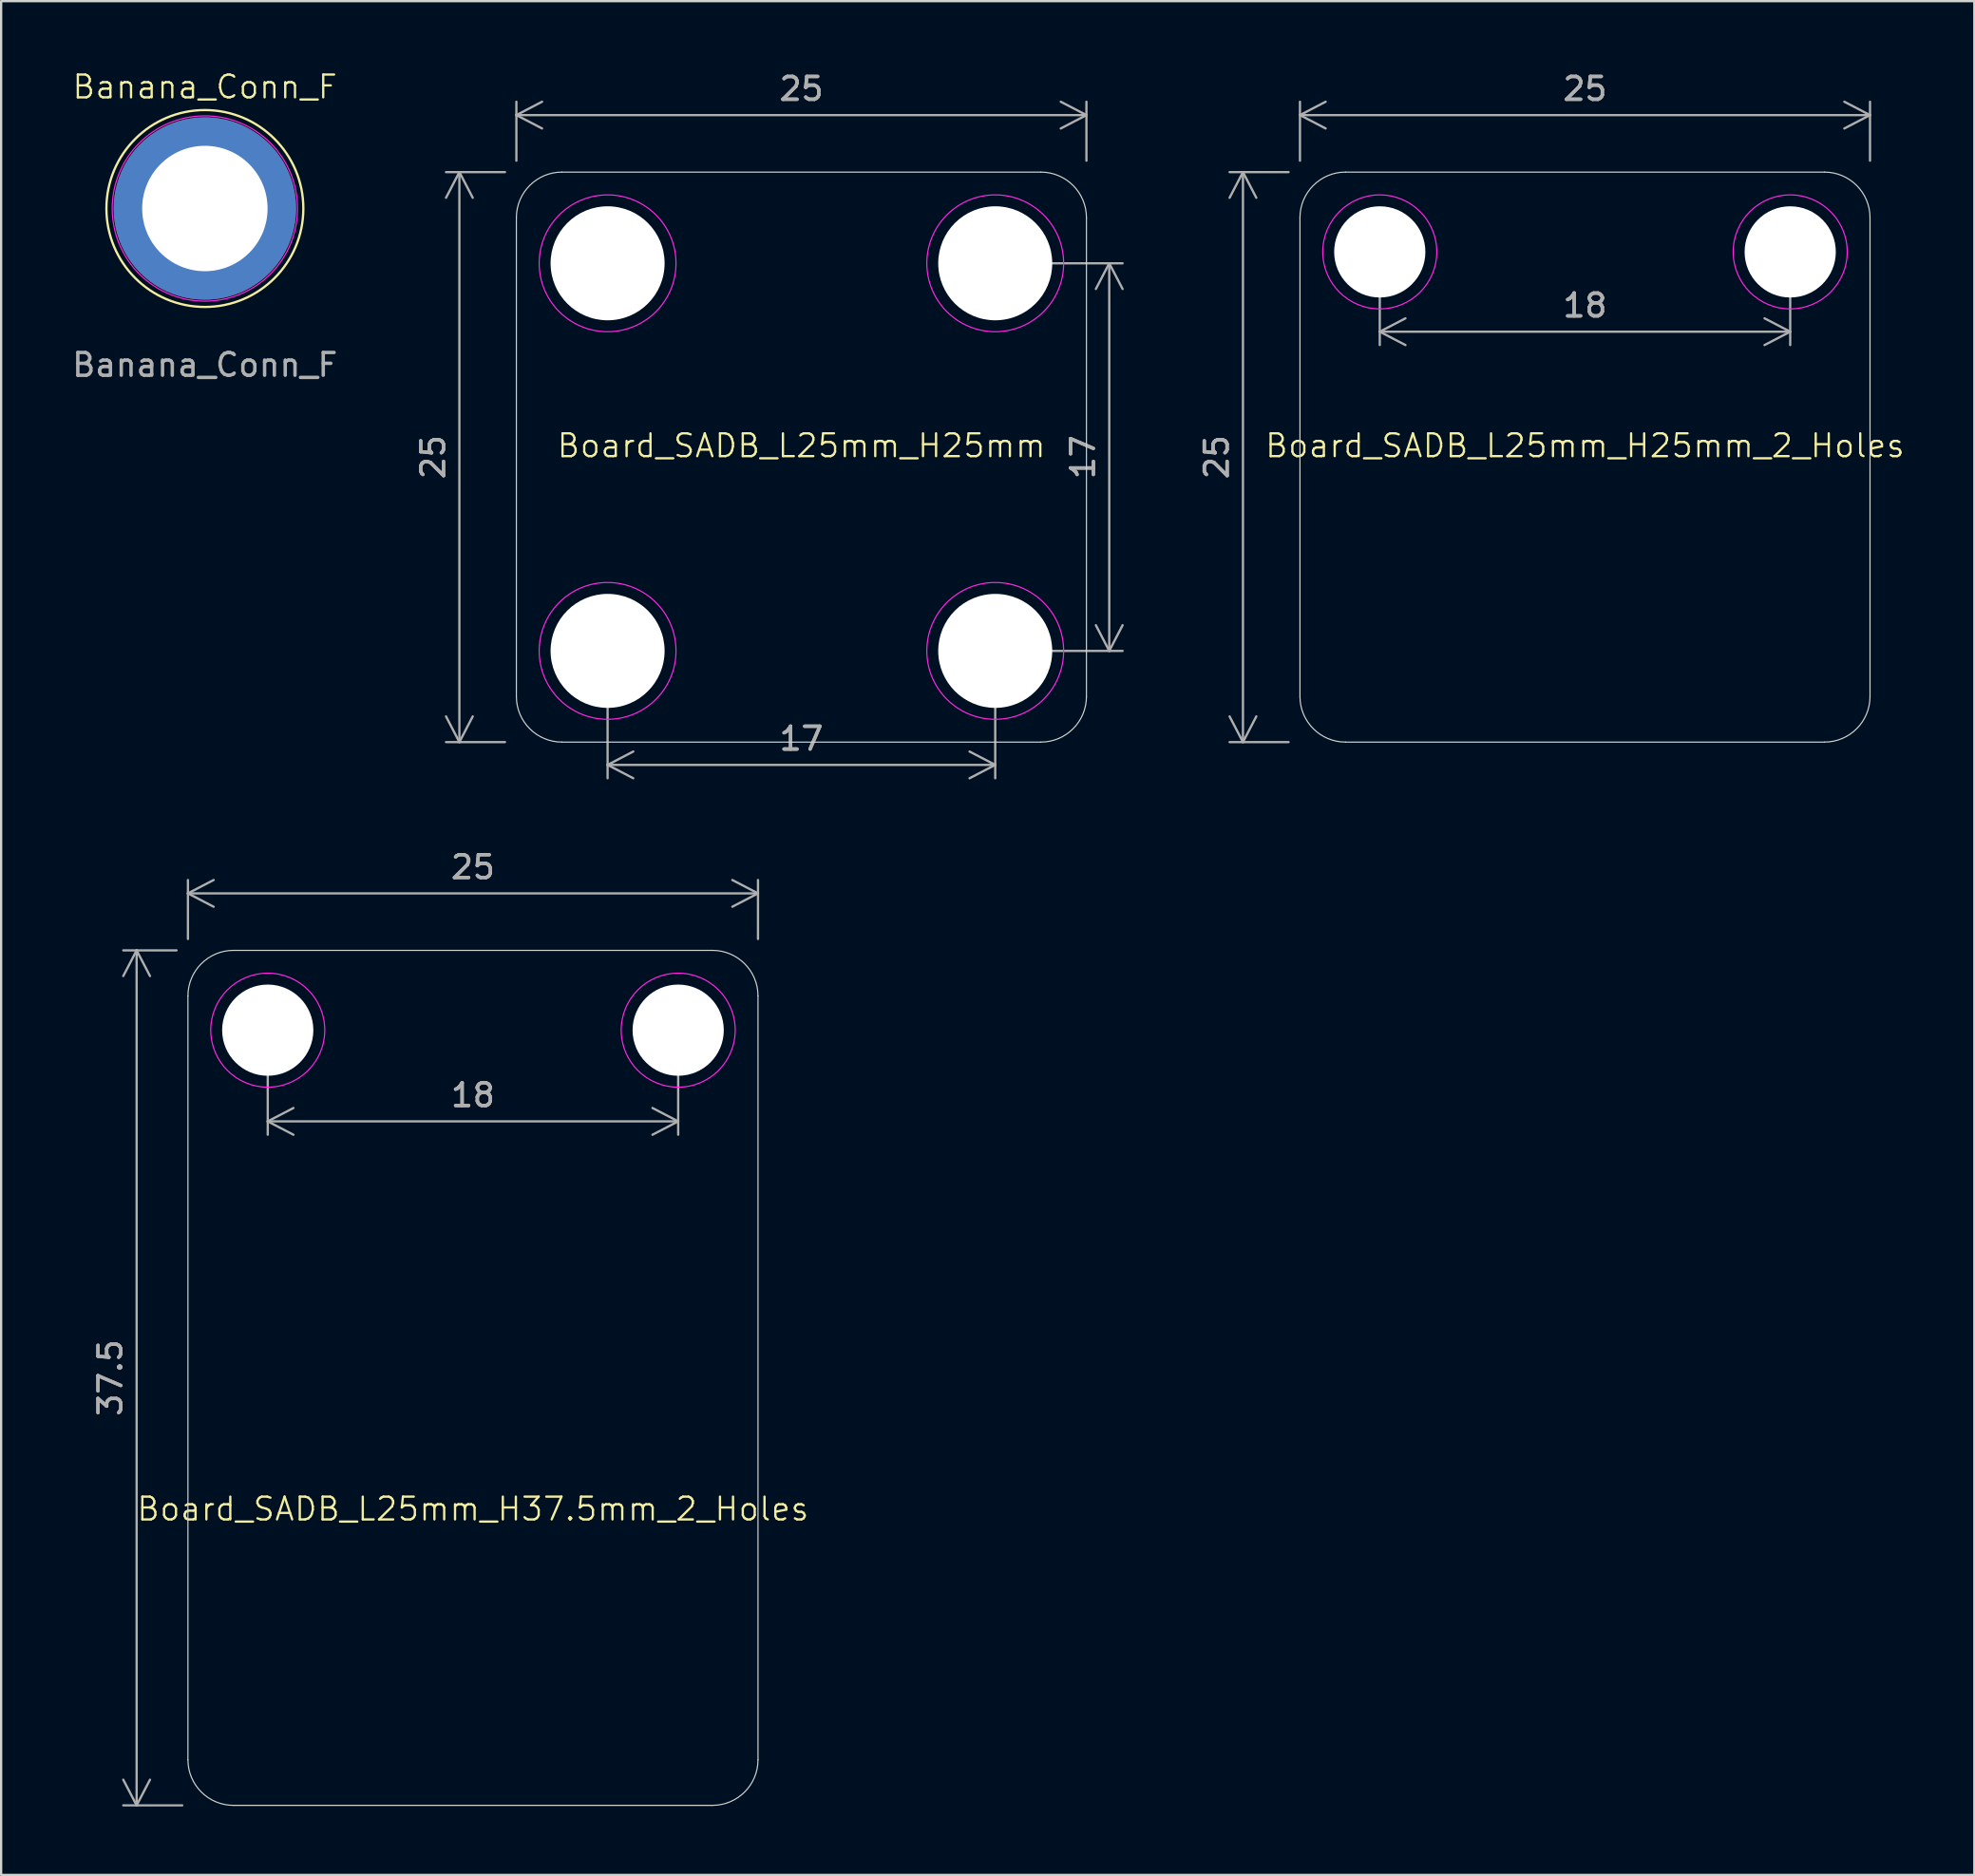
<source format=kicad_pcb>
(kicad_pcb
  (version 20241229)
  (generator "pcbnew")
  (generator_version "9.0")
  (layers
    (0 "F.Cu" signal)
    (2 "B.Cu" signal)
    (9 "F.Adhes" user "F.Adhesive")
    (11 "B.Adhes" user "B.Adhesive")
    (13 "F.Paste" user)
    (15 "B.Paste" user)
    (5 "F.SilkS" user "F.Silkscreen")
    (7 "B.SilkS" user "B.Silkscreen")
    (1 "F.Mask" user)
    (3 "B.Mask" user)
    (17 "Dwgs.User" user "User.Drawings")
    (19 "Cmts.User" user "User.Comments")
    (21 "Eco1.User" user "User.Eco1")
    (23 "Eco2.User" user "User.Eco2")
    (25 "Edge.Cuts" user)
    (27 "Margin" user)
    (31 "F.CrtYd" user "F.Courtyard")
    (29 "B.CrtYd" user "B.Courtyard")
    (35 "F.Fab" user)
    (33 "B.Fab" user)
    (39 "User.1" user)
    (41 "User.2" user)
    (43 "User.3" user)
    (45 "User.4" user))
  (footprint "Banana_Conn_F"
    (layer "F.Cu")
    (at 5.935 6.095)
    (property "Reference" "Banana_Conn_F" (at 0 -5.334 0) (unlocked yes) (layer "F.SilkS") (effects (font (size 1 1) (thickness 0.1))))
    (attr through_hole)
    (fp_circle (center 0 0) (end 4.318 0) (stroke (width 0.1) (type default)) (fill no) (layer "F.SilkS"))
    (fp_circle (center 0 0) (end 4.064 0) (stroke (width 0.05) (type default)) (fill no) (layer "F.CrtYd"))
    (fp_text user "${REFERENCE}" (at 0 6.858 0) (unlocked yes) (layer "F.Fab") (effects (font (size 1 1) (thickness 0.15))))
    (pad "1" thru_hole circle (at 0 0) (size 8 8) (drill 5.5) (layers "*.Cu" "*.Mask")))
  (footprint "Board_SADB_L25mm_H25mm"
    (layer "F.Cu")
    (at 32.096 16.998)
    (property "Reference" "Board_SADB_L25mm_H25mm" (at 0 -0.5 0) (unlocked yes) (layer "F.SilkS") (effects (font (size 1 1) (thickness 0.1))))
    (attr through_hole)
    (fp_line (start -12.5 10.5) (end -12.5 -10.5) (stroke (width 0.05) (type default)) (layer "Edge.Cuts"))
    (fp_line (start -10.5 -12.5) (end 10.5 -12.5) (stroke (width 0.05) (type default)) (layer "Edge.Cuts"))
    (fp_line (start 10.5 12.5) (end -10.5 12.5) (stroke (width 0.05) (type default)) (layer "Edge.Cuts"))
    (fp_line (start 12.5 -10.5) (end 12.5 10.5) (stroke (width 0.05) (type default)) (layer "Edge.Cuts"))
    (fp_arc (start -12.5 -10.5) (mid -11.914214 -11.914214) (end -10.5 -12.5) (stroke (width 0.05) (type default)) (layer "Edge.Cuts"))
    (fp_arc (start -10.5 12.5) (mid -11.914214 11.914214) (end -12.5 10.5) (stroke (width 0.05) (type default)) (layer "Edge.Cuts"))
    (fp_arc (start 10.5 -12.5) (mid 11.914214 -11.914214) (end 12.5 -10.5) (stroke (width 0.05) (type default)) (layer "Edge.Cuts"))
    (fp_arc (start 12.5 10.5) (mid 11.914214 11.914214) (end 10.5 12.5) (stroke (width 0.05) (type default)) (layer "Edge.Cuts"))
    (fp_circle (center -8.5 -8.5) (end -5.5 -8.5) (stroke (width 0.05) (type default)) (fill no) (layer "F.CrtYd"))
    (fp_circle (center -8.5 8.5) (end -5.5 8.5) (stroke (width 0.05) (type default)) (fill no) (layer "F.CrtYd"))
    (fp_circle (center 8.5 -8.5) (end 11.5 -8.5) (stroke (width 0.05) (type default)) (fill no) (layer "F.CrtYd"))
    (fp_circle (center 8.5 8.5) (end 11.5 8.5) (stroke (width 0.05) (type default)) (fill no) (layer "F.CrtYd"))
    (dimension (type orthogonal) (layer "F.Fab") (pts (xy 19.596 4.498) (xy 19.596 29.498)) (height -2.5) (orientation 1) (format (prefix "") (suffix "") (units 3) (units_format 0) (precision 4) (suppress_zeroes yes)) (style (thickness 0.1) (arrow_length 1.27) (text_position_mode 0) (arrow_direction outward) (extension_height 0.586) (extension_offset 0.5) (keep_text_aligned yes)) (gr_text "25" (at 15.946 16.998 90) (layer "F.Fab") (effects (font (size 1 1) (thickness 0.15)))))
    (dimension (type orthogonal) (layer "F.Fab") (pts (xy 40.596 8.498) (xy 40.596 25.498)) (height 5) (orientation 1) (format (prefix "") (suffix "") (units 3) (units_format 0) (precision 4) (suppress_zeroes yes)) (style (thickness 0.1) (arrow_length 1.27) (text_position_mode 0) (arrow_direction outward) (extension_height 0.586) (extension_offset 0.5) (keep_text_aligned yes)) (gr_text "17" (at 44.446 16.998 90) (layer "F.Fab") (effects (font (size 1 1) (thickness 0.15)))))
    (dimension (type orthogonal) (layer "F.Fab") (pts (xy 19.596 4.498) (xy 44.596 4.498)) (height -2.5) (orientation 0) (format (prefix "") (suffix "") (units 3) (units_format 0) (precision 4) (suppress_zeroes yes)) (style (thickness 0.1) (arrow_length 1.27) (text_position_mode 0) (arrow_direction outward) (extension_height 0.586) (extension_offset 0.5) (keep_text_aligned yes)) (gr_text "25" (at 32.096 0.848 0) (layer "F.Fab") (effects (font (size 1 1) (thickness 0.15)))))
    (dimension (type orthogonal) (layer "F.Fab") (pts (xy 23.596 25.498) (xy 40.596 25.498)) (height 5) (orientation 0) (format (prefix "") (suffix "") (units 3) (units_format 0) (precision 4) (suppress_zeroes yes)) (style (thickness 0.1) (arrow_length 1.27) (text_position_mode 0) (arrow_direction outward) (extension_height 0.586) (extension_offset 0.5) (keep_text_aligned yes)) (gr_text "17" (at 32.096 29.348 0) (layer "F.Fab") (effects (font (size 1 1) (thickness 0.15)))))
    (pad "" np_thru_hole circle (at -8.5 -8.5) (size 5 5) (drill 5) (layers "*.Cu" "*.Mask"))
    (pad "" np_thru_hole circle (at -8.5 8.5) (size 5 5) (drill 5) (layers "*.Cu" "*.Mask"))
    (pad "" np_thru_hole circle (at 8.5 -8.5) (size 5 5) (drill 5) (layers "*.Cu" "*.Mask"))
    (pad "" np_thru_hole circle (at 8.5 8.5) (size 5 5) (drill 5) (layers "*.Cu" "*.Mask")))
  (footprint "Board_SADB_L25mm_H25mm_2_Holes"
    (layer "F.Cu")
    (at 66.46 16.998)
    (property "Reference" "Board_SADB_L25mm_H25mm_2_Holes" (at 0 -0.5 0) (unlocked yes) (layer "F.SilkS") (effects (font (size 1 1) (thickness 0.1))))
    (attr through_hole)
    (fp_line (start -12.5 10.5) (end -12.5 -10.5) (stroke (width 0.05) (type default)) (layer "Edge.Cuts"))
    (fp_line (start -10.5 -12.5) (end 10.5 -12.5) (stroke (width 0.05) (type default)) (layer "Edge.Cuts"))
    (fp_line (start 10.5 12.5) (end -10.5 12.5) (stroke (width 0.05) (type default)) (layer "Edge.Cuts"))
    (fp_line (start 12.5 -10.5) (end 12.5 10.5) (stroke (width 0.05) (type default)) (layer "Edge.Cuts"))
    (fp_arc (start -12.5 -10.5) (mid -11.914214 -11.914214) (end -10.5 -12.5) (stroke (width 0.05) (type default)) (layer "Edge.Cuts"))
    (fp_arc (start -10.5 12.5) (mid -11.914214 11.914214) (end -12.5 10.5) (stroke (width 0.05) (type default)) (layer "Edge.Cuts"))
    (fp_arc (start 10.5 -12.5) (mid 11.914214 -11.914214) (end 12.5 -10.5) (stroke (width 0.05) (type default)) (layer "Edge.Cuts"))
    (fp_arc (start 12.5 10.5) (mid 11.914214 11.914214) (end 10.5 12.5) (stroke (width 0.05) (type default)) (layer "Edge.Cuts"))
    (fp_circle (center -9 -9) (end -6.5 -9) (stroke (width 0.05) (type default)) (fill no) (layer "F.CrtYd"))
    (fp_circle (center 9 -9) (end 11.5 -9) (stroke (width 0.05) (type default)) (fill no) (layer "F.CrtYd"))
    (dimension (type orthogonal) (layer "F.Fab") (pts (xy 53.96 4.498) (xy 78.96 4.498)) (height -2.5) (orientation 0) (format (prefix "") (suffix "") (units 3) (units_format 0) (precision 4) (suppress_zeroes yes)) (style (thickness 0.1) (arrow_length 1.27) (text_position_mode 0) (arrow_direction outward) (extension_height 0.586) (extension_offset 0.5) (keep_text_aligned yes)) (gr_text "25" (at 66.46 0.848 0) (layer "F.Fab") (effects (font (size 1 1) (thickness 0.15)))))
    (dimension (type orthogonal) (layer "F.Fab") (pts (xy 53.96 4.498) (xy 53.96 29.498)) (height -2.5) (orientation 1) (format (prefix "") (suffix "") (units 3) (units_format 0) (precision 4) (suppress_zeroes yes)) (style (thickness 0.1) (arrow_length 1.27) (text_position_mode 0) (arrow_direction outward) (extension_height 0.586) (extension_offset 0.5) (keep_text_aligned yes)) (gr_text "25" (at 50.31 16.998 90) (layer "F.Fab") (effects (font (size 1 1) (thickness 0.15)))))
    (dimension (type orthogonal) (layer "F.Fab") (pts (xy 57.46 7.998) (xy 75.46 7.998)) (height 3.5) (orientation 0) (format (prefix "") (suffix "") (units 3) (units_format 0) (precision 4) (suppress_zeroes yes)) (style (thickness 0.1) (arrow_length 1.27) (text_position_mode 0) (arrow_direction outward) (extension_height 0.586) (extension_offset 0.5) (keep_text_aligned yes)) (gr_text "18" (at 66.46 10.348 0) (layer "F.Fab") (effects (font (size 1 1) (thickness 0.15)))))
    (pad "" np_thru_hole circle (at -9 -9) (size 4 4) (drill 4) (layers "*.Cu" "*.Mask"))
    (pad "" np_thru_hole circle (at 9 -9) (size 4 4) (drill 4) (layers "*.Cu" "*.Mask")))
  (footprint "Board_SADB_L25mm_H37.5mm_2_Holes"
    (layer "F.Cu")
    (at 17.692 63.633)
    (property "Reference" "Board_SADB_L25mm_H37.5mm_2_Holes" (at 0 -0.5 0) (unlocked yes) (layer "F.SilkS") (effects (font (size 1 1) (thickness 0.1))))
    (attr through_hole)
    (fp_line (start -12.5 10.5) (end -12.5 -23) (stroke (width 0.05) (type default)) (layer "Edge.Cuts"))
    (fp_line (start -10.5 -25) (end 10.5 -25) (stroke (width 0.05) (type default)) (layer "Edge.Cuts"))
    (fp_line (start 10.5 12.5) (end -10.5 12.5) (stroke (width 0.05) (type default)) (layer "Edge.Cuts"))
    (fp_line (start 12.5 -23) (end 12.5 10.5) (stroke (width 0.05) (type default)) (layer "Edge.Cuts"))
    (fp_arc (start -12.5 -23) (mid -11.914214 -24.414214) (end -10.5 -25) (stroke (width 0.05) (type default)) (layer "Edge.Cuts"))
    (fp_arc (start -10.5 12.5) (mid -11.914214 11.914214) (end -12.5 10.5) (stroke (width 0.05) (type default)) (layer "Edge.Cuts"))
    (fp_arc (start 10.5 -25) (mid 11.914214 -24.414214) (end 12.5 -23) (stroke (width 0.05) (type default)) (layer "Edge.Cuts"))
    (fp_arc (start 12.5 10.5) (mid 11.914214 11.914214) (end 10.5 12.5) (stroke (width 0.05) (type default)) (layer "Edge.Cuts"))
    (fp_circle (center -9 -21.5) (end -6.5 -21.5) (stroke (width 0.05) (type default)) (fill no) (layer "F.CrtYd"))
    (fp_circle (center 9 -21.5) (end 11.5 -21.5) (stroke (width 0.05) (type default)) (fill no) (layer "F.CrtYd"))
    (dimension (type orthogonal) (layer "F.Fab") (pts (xy 5.192 38.633) (xy 5.442 76.133)) (height -2.25) (orientation 1) (format (prefix "") (suffix "") (units 3) (units_format 0) (precision 4) (suppress_zeroes yes)) (style (thickness 0.1) (arrow_length 1.27) (text_position_mode 0) (arrow_direction outward) (extension_height 0.586) (extension_offset 0.5) (keep_text_aligned yes)) (gr_text "37.5" (at 1.792 57.383 90) (layer "F.Fab") (effects (font (size 1 1) (thickness 0.15)))))
    (dimension (type orthogonal) (layer "F.Fab") (pts (xy 5.192 38.633) (xy 30.192 38.633)) (height -2.5) (orientation 0) (format (prefix "") (suffix "") (units 3) (units_format 0) (precision 4) (suppress_zeroes yes)) (style (thickness 0.1) (arrow_length 1.27) (text_position_mode 0) (arrow_direction outward) (extension_height 0.586) (extension_offset 0.5) (keep_text_aligned yes)) (gr_text "25" (at 17.692 34.983 0) (layer "F.Fab") (effects (font (size 1 1) (thickness 0.15)))))
    (dimension (type orthogonal) (layer "F.Fab") (pts (xy 26.692 42.133) (xy 8.692 42.133)) (height 4) (orientation 0) (format (prefix "") (suffix "") (units 3) (units_format 0) (precision 4) (suppress_zeroes yes)) (style (thickness 0.1) (arrow_length 1.27) (text_position_mode 0) (arrow_direction outward) (extension_height 0.586) (extension_offset 0.5) (keep_text_aligned yes)) (gr_text "18" (at 17.692 44.983 0) (layer "F.Fab") (effects (font (size 1 1) (thickness 0.15)))))
    (pad "" np_thru_hole circle (at -9 -21.5) (size 4 4) (drill 4) (layers "*.Cu" "*.Mask"))
    (pad "" np_thru_hole circle (at 9 -21.5) (size 4 4) (drill 4) (layers "*.Cu" "*.Mask")))
  (gr_rect
    (start -3 -3)
    (end 83.534 79.183)
    (stroke (width 0.1) (type default))
    (fill no)
    (layer "Edge.Cuts")))
</source>
